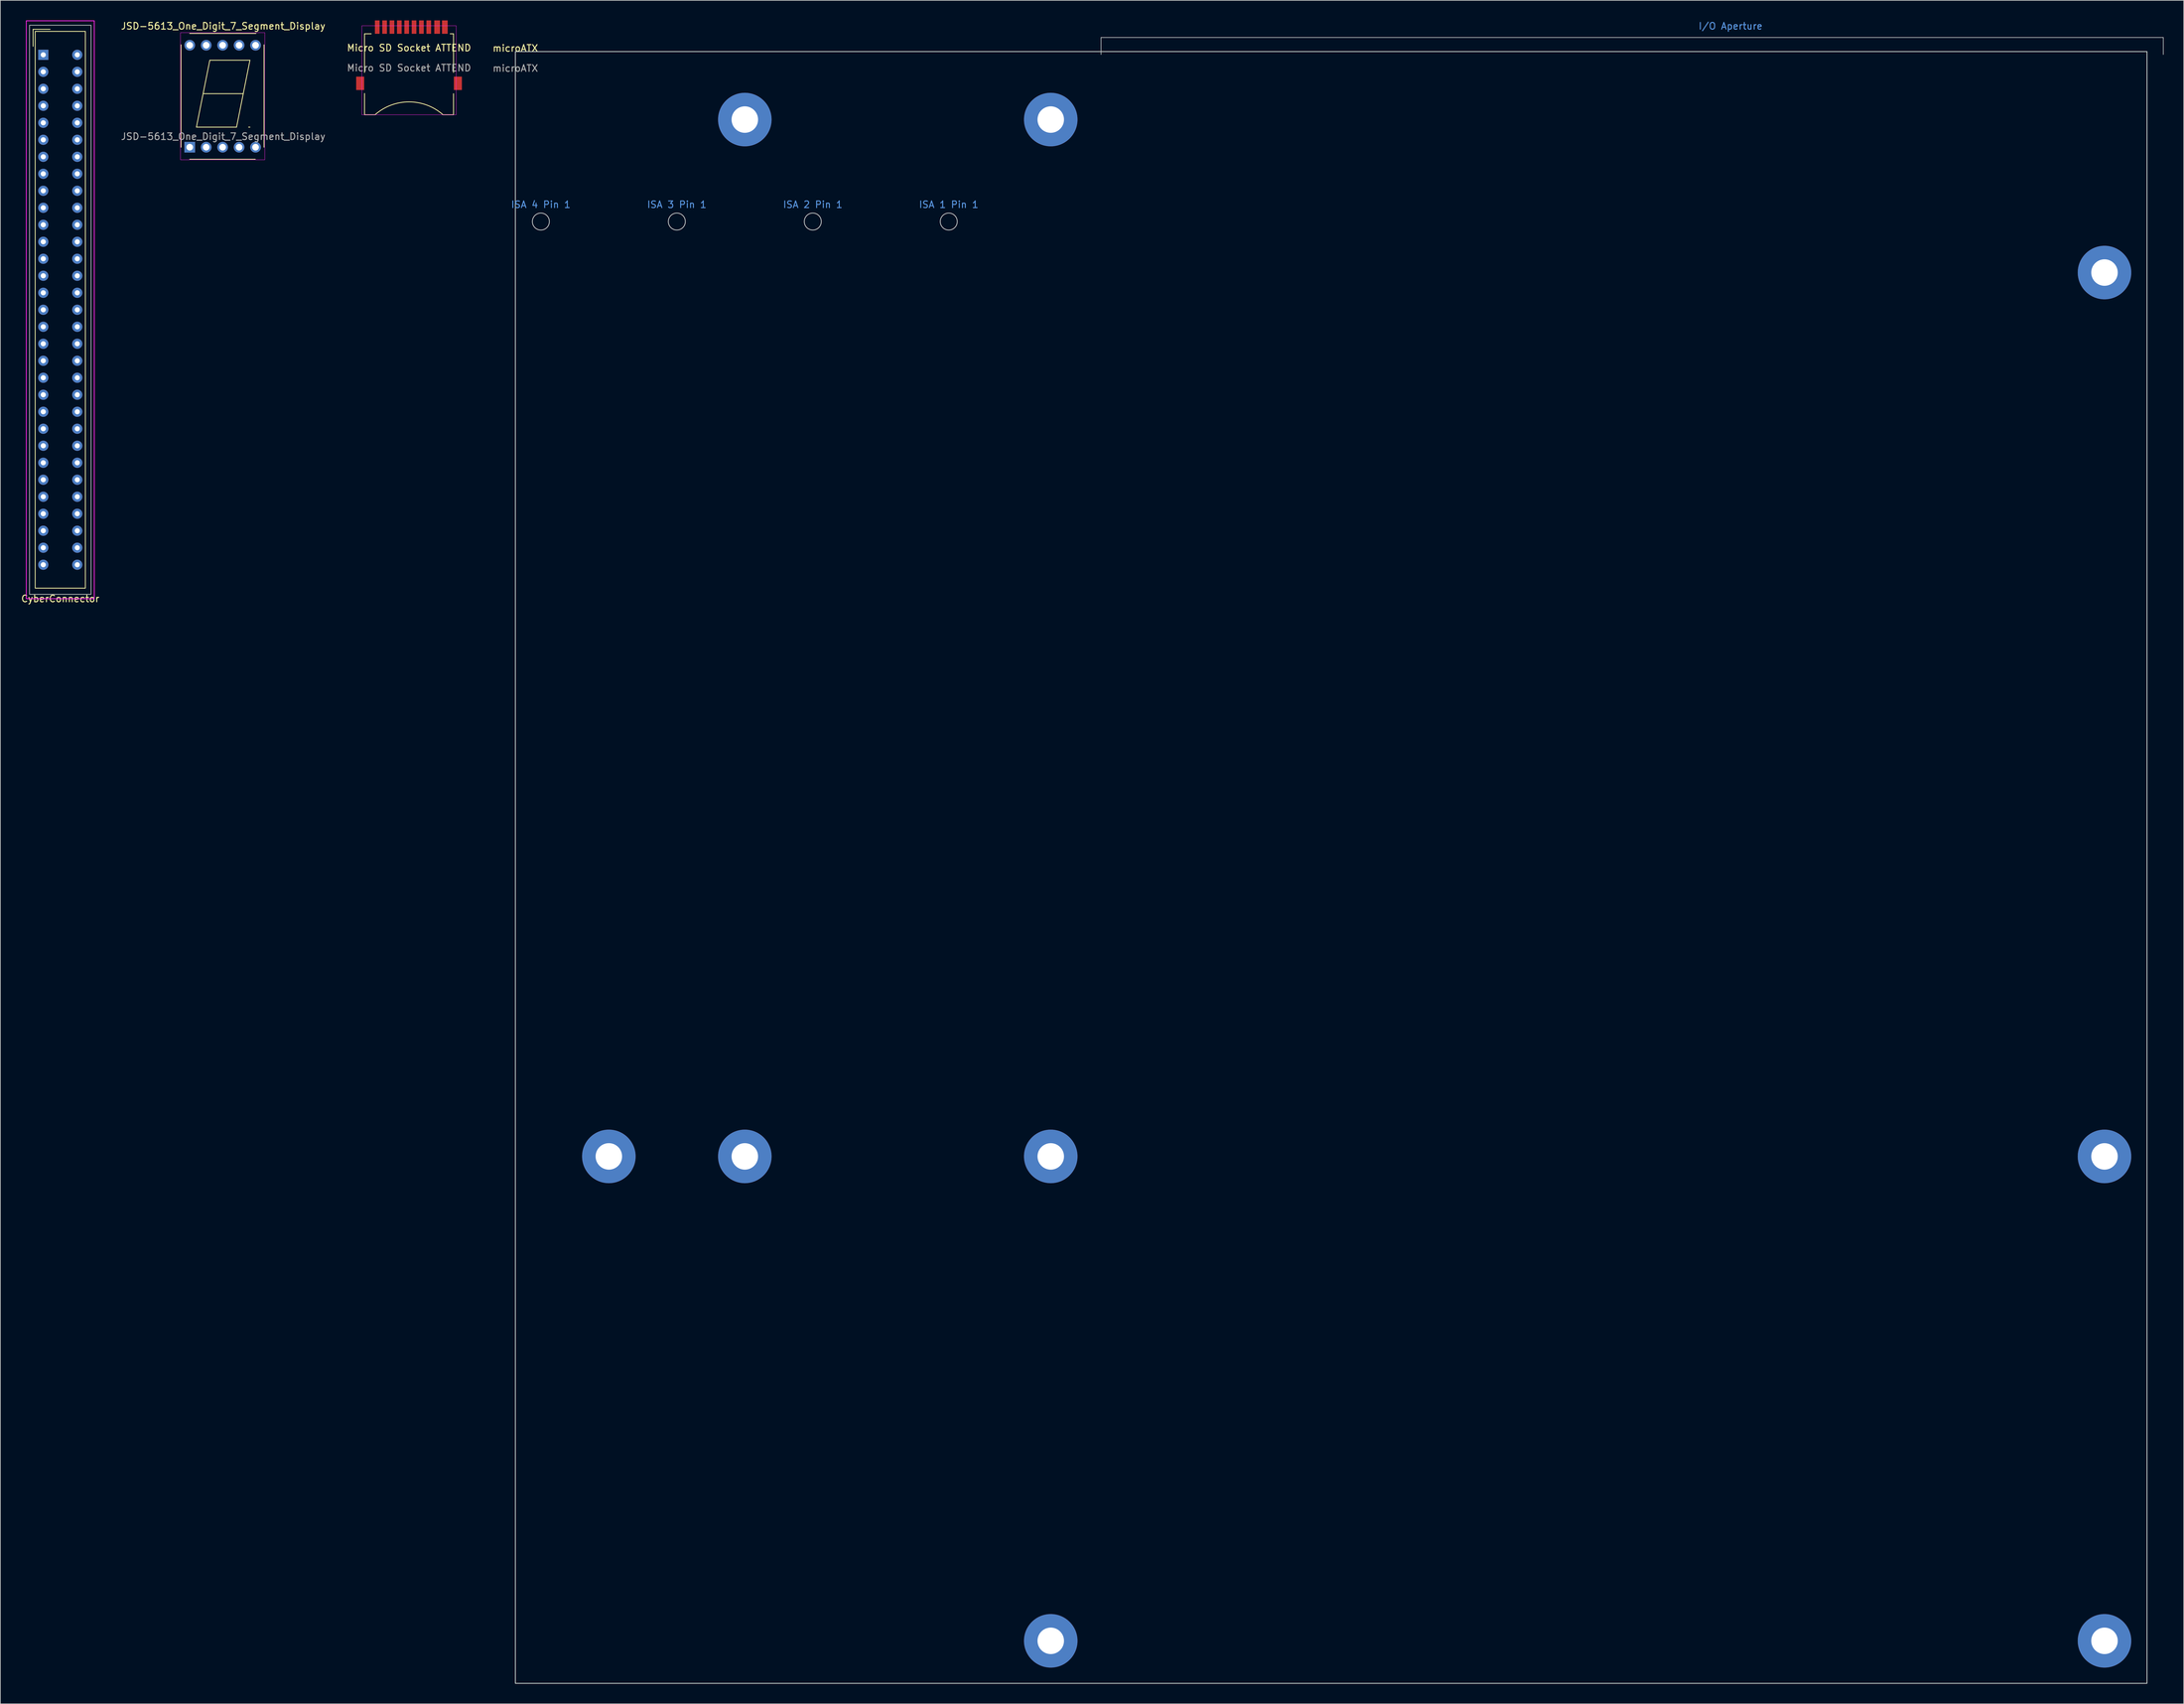
<source format=kicad_pcb>
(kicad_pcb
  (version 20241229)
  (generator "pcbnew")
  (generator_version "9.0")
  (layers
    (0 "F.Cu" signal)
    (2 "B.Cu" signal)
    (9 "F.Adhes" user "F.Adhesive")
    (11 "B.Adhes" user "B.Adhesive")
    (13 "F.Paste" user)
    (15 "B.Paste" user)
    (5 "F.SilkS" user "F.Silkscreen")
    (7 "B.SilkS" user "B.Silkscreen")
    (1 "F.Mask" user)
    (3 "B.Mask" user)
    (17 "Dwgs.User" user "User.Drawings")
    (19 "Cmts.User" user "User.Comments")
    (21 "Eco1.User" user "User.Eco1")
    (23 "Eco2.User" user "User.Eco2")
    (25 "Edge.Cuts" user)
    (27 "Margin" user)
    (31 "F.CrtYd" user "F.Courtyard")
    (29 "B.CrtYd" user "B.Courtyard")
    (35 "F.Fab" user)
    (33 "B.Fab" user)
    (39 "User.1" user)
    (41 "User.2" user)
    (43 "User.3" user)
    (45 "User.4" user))
  (footprint "CyberConnector"
    (layer "F.Cu")
    (at 5.958 43.24)
    (property "Reference" "CyberConnector" (at 0 43.18 0) (unlocked yes) (layer "F.SilkS") (effects (font (size 1 1) (thickness 0.15))))
    (fp_line (start -4.064 -41.91) (end -4.064 -39.37) (stroke (width 0.12) (type solid)) (layer "F.SilkS"))
    (fp_line (start -1.524 -41.91) (end -4.064 -41.91) (stroke (width 0.12) (type solid)) (layer "F.SilkS"))
    (fp_rect (start -3.75 -41.6) (end 3.75 41.6) (stroke (width 0.12) (type solid)) (fill no) (layer "F.SilkS"))
    (fp_rect (start -5.08 -43.18) (end 5.08 43.18) (stroke (width 0.12) (type solid)) (fill no) (layer "F.CrtYd"))
    (fp_rect (start -4.6 -42.52) (end 4.6 42.52) (stroke (width 0.12) (type solid)) (fill no) (layer "F.Fab"))
    (pad "A1" thru_hole rect (at -2.54 -38.1) (size 1.524 1.524) (drill 0.762) (layers "*.Cu" "*.Mask"))
    (pad "A2" thru_hole circle (at -2.54 -35.56) (size 1.524 1.524) (drill 0.762) (layers "*.Cu" "*.Mask"))
    (pad "A3" thru_hole circle (at -2.54 -33.02) (size 1.524 1.524) (drill 0.762) (layers "*.Cu" "*.Mask"))
    (pad "A4" thru_hole circle (at -2.54 -30.48) (size 1.524 1.524) (drill 0.762) (layers "*.Cu" "*.Mask"))
    (pad "A5" thru_hole circle (at -2.54 -27.94) (size 1.524 1.524) (drill 0.762) (layers "*.Cu" "*.Mask"))
    (pad "A6" thru_hole circle (at -2.54 -25.4) (size 1.524 1.524) (drill 0.762) (layers "*.Cu" "*.Mask"))
    (pad "A7" thru_hole circle (at -2.54 -22.86) (size 1.524 1.524) (drill 0.762) (layers "*.Cu" "*.Mask"))
    (pad "A8" thru_hole circle (at -2.54 -20.32) (size 1.524 1.524) (drill 0.762) (layers "*.Cu" "*.Mask"))
    (pad "A9" thru_hole circle (at -2.54 -17.78) (size 1.524 1.524) (drill 0.762) (layers "*.Cu" "*.Mask"))
    (pad "A10" thru_hole circle (at -2.54 -15.24) (size 1.524 1.524) (drill 0.762) (layers "*.Cu" "*.Mask"))
    (pad "A11" thru_hole circle (at -2.54 -12.7) (size 1.524 1.524) (drill 0.762) (layers "*.Cu" "*.Mask"))
    (pad "A12" thru_hole circle (at -2.54 -10.16) (size 1.524 1.524) (drill 0.762) (layers "*.Cu" "*.Mask"))
    (pad "A13" thru_hole circle (at -2.54 -7.62) (size 1.524 1.524) (drill 0.762) (layers "*.Cu" "*.Mask"))
    (pad "A14" thru_hole circle (at -2.54 -5.08) (size 1.524 1.524) (drill 0.762) (layers "*.Cu" "*.Mask"))
    (pad "A15" thru_hole circle (at -2.54 -2.54) (size 1.524 1.524) (drill 0.762) (layers "*.Cu" "*.Mask"))
    (pad "A16" thru_hole circle (at -2.54 0) (size 1.524 1.524) (drill 0.762) (layers "*.Cu" "*.Mask"))
    (pad "A17" thru_hole circle (at -2.54 2.54) (size 1.524 1.524) (drill 0.762) (layers "*.Cu" "*.Mask"))
    (pad "A18" thru_hole circle (at -2.54 5.08) (size 1.524 1.524) (drill 0.762) (layers "*.Cu" "*.Mask"))
    (pad "A19" thru_hole circle (at -2.54 7.62) (size 1.524 1.524) (drill 0.762) (layers "*.Cu" "*.Mask"))
    (pad "A20" thru_hole circle (at -2.54 10.16) (size 1.524 1.524) (drill 0.762) (layers "*.Cu" "*.Mask"))
    (pad "A21" thru_hole circle (at -2.54 12.7) (size 1.524 1.524) (drill 0.762) (layers "*.Cu" "*.Mask"))
    (pad "A22" thru_hole circle (at -2.54 15.24) (size 1.524 1.524) (drill 0.762) (layers "*.Cu" "*.Mask"))
    (pad "A23" thru_hole circle (at -2.54 17.78) (size 1.524 1.524) (drill 0.762) (layers "*.Cu" "*.Mask"))
    (pad "A24" thru_hole circle (at -2.54 20.32) (size 1.524 1.524) (drill 0.762) (layers "*.Cu" "*.Mask"))
    (pad "A25" thru_hole circle (at -2.54 22.86) (size 1.524 1.524) (drill 0.762) (layers "*.Cu" "*.Mask"))
    (pad "A26" thru_hole circle (at -2.54 25.4) (size 1.524 1.524) (drill 0.762) (layers "*.Cu" "*.Mask"))
    (pad "A27" thru_hole circle (at -2.54 27.94) (size 1.524 1.524) (drill 0.762) (layers "*.Cu" "*.Mask"))
    (pad "A28" thru_hole circle (at -2.54 30.48) (size 1.524 1.524) (drill 0.762) (layers "*.Cu" "*.Mask"))
    (pad "A29" thru_hole circle (at -2.54 33.02) (size 1.524 1.524) (drill 0.762) (layers "*.Cu" "*.Mask"))
    (pad "A30" thru_hole circle (at -2.54 35.56) (size 1.524 1.524) (drill 0.762) (layers "*.Cu" "*.Mask"))
    (pad "A31" thru_hole circle (at -2.54 38.1) (size 1.524 1.524) (drill 0.762) (layers "*.Cu" "*.Mask"))
    (pad "B1" thru_hole circle (at 2.54 -38.1) (size 1.524 1.524) (drill 0.762) (layers "*.Cu" "*.Mask"))
    (pad "B2" thru_hole circle (at 2.54 -35.56) (size 1.524 1.524) (drill 0.762) (layers "*.Cu" "*.Mask"))
    (pad "B3" thru_hole circle (at 2.54 -33.02) (size 1.524 1.524) (drill 0.762) (layers "*.Cu" "*.Mask"))
    (pad "B4" thru_hole circle (at 2.54 -30.48) (size 1.524 1.524) (drill 0.762) (layers "*.Cu" "*.Mask"))
    (pad "B5" thru_hole circle (at 2.54 -27.94) (size 1.524 1.524) (drill 0.762) (layers "*.Cu" "*.Mask"))
    (pad "B6" thru_hole circle (at 2.54 -25.4) (size 1.524 1.524) (drill 0.762) (layers "*.Cu" "*.Mask"))
    (pad "B7" thru_hole circle (at 2.54 -22.86) (size 1.524 1.524) (drill 0.762) (layers "*.Cu" "*.Mask"))
    (pad "B8" thru_hole circle (at 2.54 -20.32) (size 1.524 1.524) (drill 0.762) (layers "*.Cu" "*.Mask"))
    (pad "B9" thru_hole circle (at 2.54 -17.78) (size 1.524 1.524) (drill 0.762) (layers "*.Cu" "*.Mask"))
    (pad "B10" thru_hole circle (at 2.54 -15.24) (size 1.524 1.524) (drill 0.762) (layers "*.Cu" "*.Mask"))
    (pad "B11" thru_hole circle (at 2.54 -12.7) (size 1.524 1.524) (drill 0.762) (layers "*.Cu" "*.Mask"))
    (pad "B12" thru_hole circle (at 2.54 -10.16) (size 1.524 1.524) (drill 0.762) (layers "*.Cu" "*.Mask"))
    (pad "B13" thru_hole circle (at 2.54 -7.62) (size 1.524 1.524) (drill 0.762) (layers "*.Cu" "*.Mask"))
    (pad "B14" thru_hole circle (at 2.54 -5.08) (size 1.524 1.524) (drill 0.762) (layers "*.Cu" "*.Mask"))
    (pad "B15" thru_hole circle (at 2.54 -2.54) (size 1.524 1.524) (drill 0.762) (layers "*.Cu" "*.Mask"))
    (pad "B16" thru_hole circle (at 2.54 0) (size 1.524 1.524) (drill 0.762) (layers "*.Cu" "*.Mask"))
    (pad "B17" thru_hole circle (at 2.54 2.54) (size 1.524 1.524) (drill 0.762) (layers "*.Cu" "*.Mask"))
    (pad "B18" thru_hole circle (at 2.54 5.08) (size 1.524 1.524) (drill 0.762) (layers "*.Cu" "*.Mask"))
    (pad "B19" thru_hole circle (at 2.54 7.62) (size 1.524 1.524) (drill 0.762) (layers "*.Cu" "*.Mask"))
    (pad "B20" thru_hole circle (at 2.54 10.16) (size 1.524 1.524) (drill 0.762) (layers "*.Cu" "*.Mask"))
    (pad "B21" thru_hole circle (at 2.54 12.7) (size 1.524 1.524) (drill 0.762) (layers "*.Cu" "*.Mask"))
    (pad "B22" thru_hole circle (at 2.54 15.24) (size 1.524 1.524) (drill 0.762) (layers "*.Cu" "*.Mask"))
    (pad "B23" thru_hole circle (at 2.54 17.78) (size 1.524 1.524) (drill 0.762) (layers "*.Cu" "*.Mask"))
    (pad "B24" thru_hole circle (at 2.54 20.32) (size 1.524 1.524) (drill 0.762) (layers "*.Cu" "*.Mask"))
    (pad "B25" thru_hole circle (at 2.54 22.86) (size 1.524 1.524) (drill 0.762) (layers "*.Cu" "*.Mask"))
    (pad "B26" thru_hole circle (at 2.54 25.4) (size 1.524 1.524) (drill 0.762) (layers "*.Cu" "*.Mask"))
    (pad "B27" thru_hole circle (at 2.54 27.94) (size 1.524 1.524) (drill 0.762) (layers "*.Cu" "*.Mask"))
    (pad "B28" thru_hole circle (at 2.54 30.48) (size 1.524 1.524) (drill 0.762) (layers "*.Cu" "*.Mask"))
    (pad "B29" thru_hole circle (at 2.54 33.02) (size 1.524 1.524) (drill 0.762) (layers "*.Cu" "*.Mask"))
    (pad "B30" thru_hole circle (at 2.54 35.56) (size 1.524 1.524) (drill 0.762) (layers "*.Cu" "*.Mask"))
    (pad "B31" thru_hole circle (at 2.54 38.1) (size 1.524 1.524) (drill 0.762) (layers "*.Cu" "*.Mask")))
  (footprint "JSD-5613_One_Digit_7_Segment_Display"
    (layer "F.Cu")
    (at 25.304 18.948)
    (property "Reference" "JSD-5613_One_Digit_7_Segment_Display" (at 5 -18.1 0) (unlocked yes) (layer "F.SilkS") (effects (font (size 1 1) (thickness 0.15))))
    (attr through_hole)
    (fp_line (start -1.3 -15.3) (end -1.3 0) (stroke (width 0.12) (type solid)) (layer "F.SilkS"))
    (fp_line (start 0 1.8) (end 9.8 1.8) (stroke (width 0.12) (type solid)) (layer "F.SilkS"))
    (fp_line (start 1 -3) (end 2 -8) (stroke (width 0.12) (type solid)) (layer "F.SilkS"))
    (fp_line (start 2 -8) (end 3 -13) (stroke (width 0.12) (type solid)) (layer "F.SilkS"))
    (fp_line (start 3 -13) (end 9 -13) (stroke (width 0.12) (type solid)) (layer "F.SilkS"))
    (fp_line (start 7 -3) (end 1 -3) (stroke (width 0.12) (type solid)) (layer "F.SilkS"))
    (fp_line (start 8 -8) (end 2 -8) (stroke (width 0.12) (type solid)) (layer "F.SilkS"))
    (fp_line (start 8 -8) (end 7 -3) (stroke (width 0.12) (type solid)) (layer "F.SilkS"))
    (fp_line (start 9 -13) (end 8 -8) (stroke (width 0.12) (type solid)) (layer "F.SilkS"))
    (fp_line (start 9 -3) (end 8.8 -3) (stroke (width 0.12) (type solid)) (layer "F.SilkS"))
    (fp_line (start 9.9 -17) (end 0 -17) (stroke (width 0.12) (type solid)) (layer "F.SilkS"))
    (fp_line (start 11.1 0) (end 11.1 -15.3) (stroke (width 0.12) (type solid)) (layer "F.SilkS"))
    (fp_rect (start -1.38 -17.12) (end 11.22 1.88) (stroke (width 0.05) (type solid)) (fill no) (layer "F.CrtYd"))
    (fp_text user "${REFERENCE}" (at 5 -1.6 0) (unlocked yes) (layer "F.Fab") (effects (font (size 1 1) (thickness 0.15))))
    (pad "1" thru_hole rect (at 0 0) (size 1.6 1.6) (drill 1) (layers "*.Cu" "*.Mask"))
    (pad "2" thru_hole circle (at 2.46 0) (size 1.6 1.6) (drill 1) (layers "*.Cu" "*.Mask"))
    (pad "3" thru_hole circle (at 4.92 0) (size 1.6 1.6) (drill 1) (layers "*.Cu" "*.Mask"))
    (pad "4" thru_hole circle (at 7.38 0) (size 1.6 1.6) (drill 1) (layers "*.Cu" "*.Mask"))
    (pad "5" thru_hole circle (at 9.84 0) (size 1.6 1.6) (drill 1) (layers "*.Cu" "*.Mask"))
    (pad "6" thru_hole circle (at 9.84 -15.24) (size 1.6 1.6) (drill 1) (layers "*.Cu" "*.Mask"))
    (pad "7" thru_hole circle (at 7.38 -15.24) (size 1.6 1.6) (drill 1) (layers "*.Cu" "*.Mask"))
    (pad "8" thru_hole circle (at 4.92 -15.24) (size 1.6 1.6) (drill 1) (layers "*.Cu" "*.Mask"))
    (pad "9" thru_hole circle (at 2.46 -15.24) (size 1.6 1.6) (drill 1) (layers "*.Cu" "*.Mask"))
    (pad "10" thru_hole circle (at 0 -15.24) (size 1.6 1.6) (drill 1) (layers "*.Cu" "*.Mask")))
  (footprint "microATX"
    (layer "F.Cu")
    (at 73.97 4.658)
    (property "Reference" "microATX" (at 0 -0.5 0) (unlocked yes) (layer "F.SilkS") (effects (font (size 1 1) (thickness 0.15))))
    (fp_line (start 87.528 -2.108) (end 246.278 -2.108) (stroke (width 0.1) (type solid)) (layer "Dwgs.User"))
    (fp_line (start 87.528 0.432) (end 87.528 -2.108) (stroke (width 0.1) (type solid)) (layer "Dwgs.User"))
    (fp_line (start 246.278 -2.108) (end 246.278 0.432) (stroke (width 0.1) (type solid)) (layer "Dwgs.User"))
    (fp_circle (center 3.81 25.4) (end 5.08 25.4) (stroke (width 0.12) (type solid)) (fill no) (layer "Dwgs.User"))
    (fp_circle (center 24.13 25.4) (end 25.4 25.4) (stroke (width 0.12) (type solid)) (fill no) (layer "Dwgs.User"))
    (fp_circle (center 44.45 25.4) (end 45.72 25.4) (stroke (width 0.12) (type solid)) (fill no) (layer "Dwgs.User"))
    (fp_circle (center 64.77 25.4) (end 66.04 25.4) (stroke (width 0.12) (type solid)) (fill no) (layer "Dwgs.User"))
    (fp_rect (start 0 0) (end 243.84 243.84) (stroke (width 0.12) (type solid)) (fill no) (layer "Edge.Cuts"))
    (fp_text user "ISA 2 Pin 1" (at 44.45 22.86 0) (unlocked yes) (layer "Cmts.User") (effects (font (size 1 1) (thickness 0.15))))
    (fp_text user "ISA 1 Pin 1" (at 64.77 22.86 0) (unlocked yes) (layer "Cmts.User") (effects (font (size 1 1) (thickness 0.15))))
    (fp_text user "I/O Aperture" (at 181.61 -3.81 0) (unlocked yes) (layer "Cmts.User") (effects (font (size 1 1) (thickness 0.15))))
    (fp_text user "ISA 3 Pin 1" (at 24.13 22.86 0) (unlocked yes) (layer "Cmts.User") (effects (font (size 1 1) (thickness 0.15))))
    (fp_text user "ISA 4 Pin 1" (at 3.81 22.86 0) (unlocked yes) (layer "Cmts.User") (effects (font (size 1 1) (thickness 0.15))))
    (fp_text user "${REFERENCE}" (at 0 2.5 0) (unlocked yes) (layer "F.Fab") (effects (font (size 1 1) (thickness 0.15))))
    (pad "" np_thru_hole circle (at 13.97 165.1) (size 8 8) (drill 3.96) (layers "*.Cu" "*.Mask"))
    (pad "" np_thru_hole circle (at 34.29 10.16) (size 8 8) (drill 3.96) (layers "*.Cu" "*.Mask"))
    (pad "" np_thru_hole circle (at 34.29 165.1) (size 8 8) (drill 3.96) (layers "*.Cu" "*.Mask"))
    (pad "" np_thru_hole circle (at 80.01 10.16) (size 8 8) (drill 3.96) (layers "*.Cu" "*.Mask"))
    (pad "" np_thru_hole circle (at 80.01 165.1) (size 8 8) (drill 3.96) (layers "*.Cu" "*.Mask"))
    (pad "" np_thru_hole circle (at 80.01 237.49) (size 8 8) (drill 3.96) (layers "*.Cu" "*.Mask"))
    (pad "" np_thru_hole circle (at 237.49 33.02) (size 8 8) (drill 3.96) (layers "*.Cu" "*.Mask"))
    (pad "" np_thru_hole circle (at 237.49 165.1) (size 8 8) (drill 3.96) (layers "*.Cu" "*.Mask"))
    (pad "" np_thru_hole circle (at 237.49 237.49) (size 8 8) (drill 3.96) (layers "*.Cu" "*.Mask"))
    (zone (net_name "") (layer "F.Cu") (name "I/O Aperture Keep out") (hatch edge 0.508) (connect_pads) (min_thickness 0.254) (filled_areas_thickness no) (keepout (tracks not_allowed) (vias not_allowed) (pads not_allowed) (copperpour not_allowed) (footprints allowed)) (placement (enabled no)) (fill) (polygon (pts (xy 317.81 7.198) (xy 161.499 7.198) (xy 161.499 4.658) (xy 317.81 4.658)))))
  (footprint "Micro SD Socket ATTEND"
    (layer "F.Cu")
    (at 58.077 4.6)
    (property "Reference" "Micro SD Socket ATTEND" (at 0 -0.5 0) (unlocked yes) (layer "F.SilkS") (effects (font (size 1 1) (thickness 0.15))))
    (attr smd)
    (fp_line (start -6.65 -2.6) (end -6.65 3.175) (stroke (width 0.12) (type solid)) (layer "F.SilkS"))
    (fp_line (start -6.65 -2.6) (end -5.65 -2.6) (stroke (width 0.12) (type solid)) (layer "F.SilkS"))
    (fp_line (start -6.65 6.315) (end -6.65 9.5) (stroke (width 0.12) (type solid)) (layer "F.SilkS"))
    (fp_line (start -6.65 9.5) (end -5.08 9.5) (stroke (width 0.12) (type solid)) (layer "F.SilkS"))
    (fp_line (start 6.15 -2.6) (end 6.65 -2.6) (stroke (width 0.12) (type solid)) (layer "F.SilkS"))
    (fp_line (start 6.65 -2.6) (end 6.65 3.175) (stroke (width 0.12) (type solid)) (layer "F.SilkS"))
    (fp_line (start 6.65 6.35) (end 6.65 9.5) (stroke (width 0.12) (type solid)) (layer "F.SilkS"))
    (fp_line (start 6.65 9.5) (end 5.08 9.5) (stroke (width 0.12) (type solid)) (layer "F.SilkS"))
    (fp_arc (start -5.079999 9.500001) (mid 0 7.574886) (end 5.079999 9.500001) (stroke (width 0.12) (type solid)) (layer "F.SilkS"))
    (fp_rect (start -7.05 -3.8) (end 7.05 9.5) (stroke (width 0.05) (type solid)) (fill no) (layer "F.CrtYd"))
    (fp_text user "${REFERENCE}" (at 0 2.5 0) (unlocked yes) (layer "F.Fab") (effects (font (size 1 1) (thickness 0.15))))
    (pad "" np_thru_hole circle (at -5 0) (size 0.001 0.001) (drill 1.5) (layers "*.Cu" "*.Mask"))
    (pad "" np_thru_hole circle (at 5 0) (size 0.001 0.001) (drill 1.5) (layers "*.Cu" "*.Mask"))
    (pad "1" smd rect (at 2.95 -3.6) (size 0.7 2) (layers "F.Cu" "F.Mask" "F.Paste"))
    (pad "2" smd rect (at 1.85 -3.6) (size 0.7 2) (layers "F.Cu" "F.Mask" "F.Paste"))
    (pad "3" smd rect (at 0.75 -3.6) (size 0.7 2) (layers "F.Cu" "F.Mask" "F.Paste"))
    (pad "4" smd rect (at -0.35 -3.6) (size 0.7 2) (layers "F.Cu" "F.Mask" "F.Paste"))
    (pad "5" smd rect (at -1.45 -3.6) (size 0.7 2) (layers "F.Cu" "F.Mask" "F.Paste"))
    (pad "6" smd rect (at -2.55 -3.6) (size 0.7 2) (layers "F.Cu" "F.Mask" "F.Paste"))
    (pad "7" smd rect (at -3.65 -3.6) (size 0.7 2) (layers "F.Cu" "F.Mask" "F.Paste"))
    (pad "8" smd rect (at -4.75 -3.6) (size 0.7 2) (layers "F.Cu" "F.Mask" "F.Paste"))
    (pad "9" smd rect (at -7.3 4.8) (size 1.2 2) (layers "F.Cu" "F.Mask" "F.Paste"))
    (pad "9" smd rect (at 4.2 -3.6) (size 0.85 2) (layers "F.Cu" "F.Mask" "F.Paste"))
    (pad "9" smd rect (at 7.3 4.8) (size 1.2 2) (layers "F.Cu" "F.Mask" "F.Paste"))
    (pad "10" smd rect (at 5.35 -3.6) (size 0.85 2) (layers "F.Cu" "F.Mask" "F.Paste")))
  (gr_rect
    (start -3 -3)
    (end 323.299 251.558)
    (stroke (width 0.1) (type default))
    (fill no)
    (layer "Edge.Cuts")))
</source>
